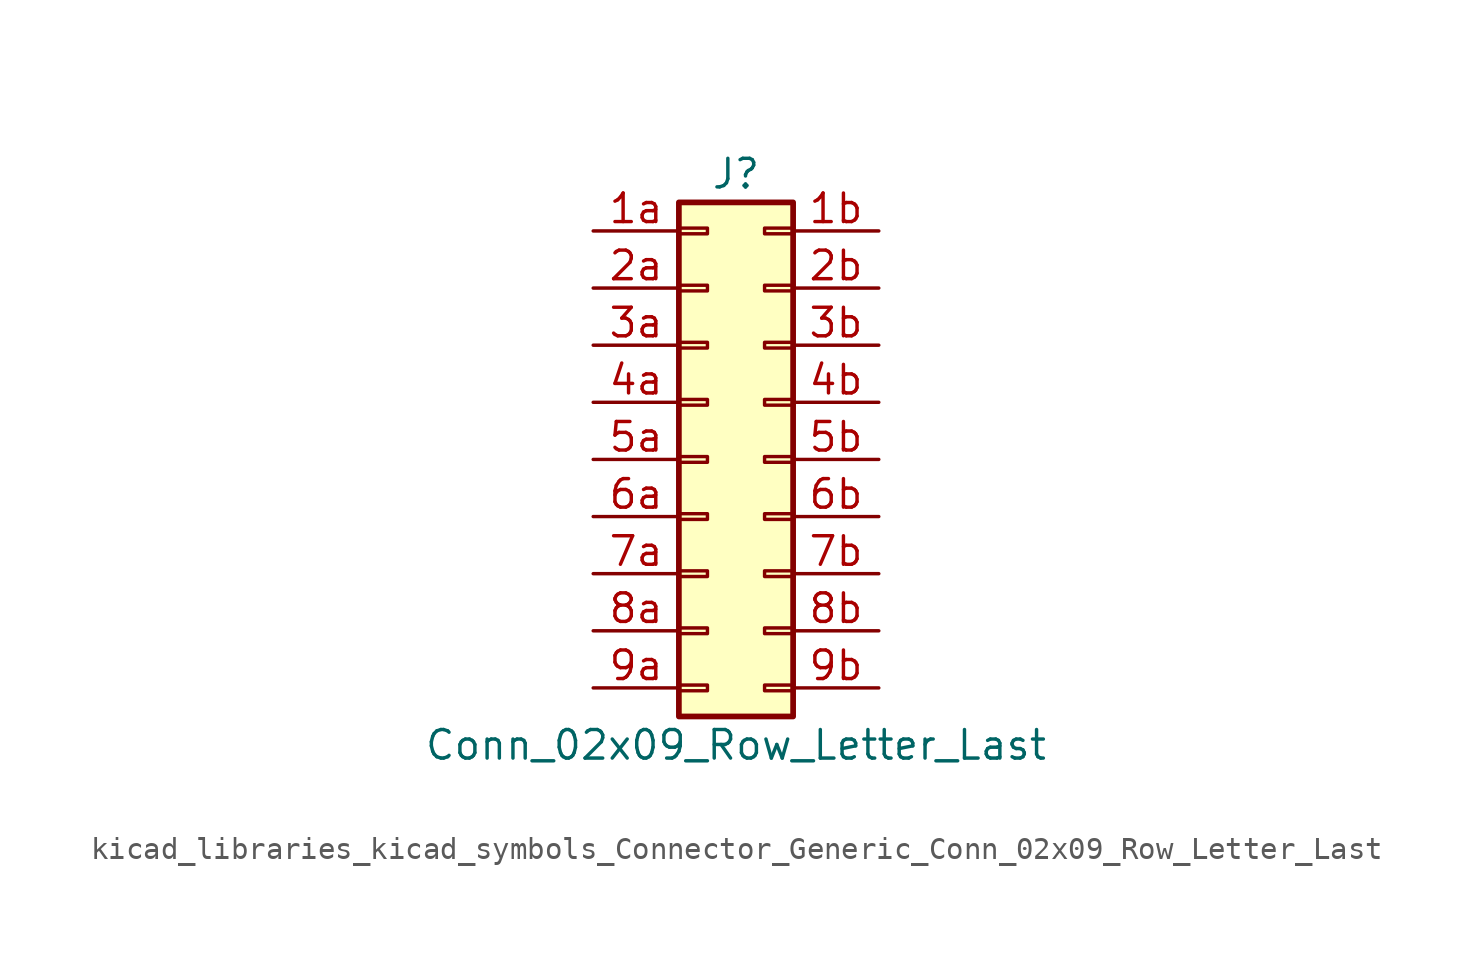
<source format=kicad_sym>
(kicad_symbol_lib
  (version 20220914)
  (generator kicad_symbol_editor)
  (symbol "kicad_libraries_kicad_symbols_Connector_Generic_Conn_02x09_Row_Letter_Last"
    (pin_names
      (offset 1.016) hide)
    (property "Reference" "J"
      (at 1.27 12.7 0)
      (effects (font (size 1.27 1.27))))
    (property "Value" "Conn_02x09_Row_Letter_Last"
      (at 1.27 -12.7 0)
      (effects (font (size 1.27 1.27))))
    (symbol "kicad_libraries_kicad_symbols_Connector_Generic_Conn_02x09_Row_Letter_Last_1_1"
      (rectangle (start -1.27 -10.033) (end 0 -10.287) (stroke (width 0.152) (type default)) (fill (type none)))
      (rectangle (start -1.27 -7.493) (end 0 -7.747) (stroke (width 0.152) (type default)) (fill (type none)))
      (rectangle (start -1.27 -4.953) (end 0 -5.207) (stroke (width 0.152) (type default)) (fill (type none)))
      (rectangle (start -1.27 -2.413) (end 0 -2.667) (stroke (width 0.152) (type default)) (fill (type none)))
      (rectangle (start -1.27 0.127) (end 0 -0.127) (stroke (width 0.152) (type default)) (fill (type none)))
      (rectangle (start -1.27 2.667) (end 0 2.413) (stroke (width 0.152) (type default)) (fill (type none)))
      (rectangle (start -1.27 5.207) (end 0 4.953) (stroke (width 0.152) (type default)) (fill (type none)))
      (rectangle (start -1.27 7.747) (end 0 7.493) (stroke (width 0.152) (type default)) (fill (type none)))
      (rectangle (start -1.27 10.287) (end 0 10.033) (stroke (width 0.152) (type default)) (fill (type none)))
      (rectangle (start -1.27 11.43) (end 3.81 -11.43) (stroke (width 0.254) (type default)) (fill (type background)))
      (rectangle (start 3.81 -10.033) (end 2.54 -10.287) (stroke (width 0.152) (type default)) (fill (type none)))
      (rectangle (start 3.81 -7.493) (end 2.54 -7.747) (stroke (width 0.152) (type default)) (fill (type none)))
      (rectangle (start 3.81 -4.953) (end 2.54 -5.207) (stroke (width 0.152) (type default)) (fill (type none)))
      (rectangle (start 3.81 -2.413) (end 2.54 -2.667) (stroke (width 0.152) (type default)) (fill (type none)))
      (rectangle (start 3.81 0.127) (end 2.54 -0.127) (stroke (width 0.152) (type default)) (fill (type none)))
      (rectangle (start 3.81 2.667) (end 2.54 2.413) (stroke (width 0.152) (type default)) (fill (type none)))
      (rectangle (start 3.81 5.207) (end 2.54 4.953) (stroke (width 0.152) (type default)) (fill (type none)))
      (rectangle (start 3.81 7.747) (end 2.54 7.493) (stroke (width 0.152) (type default)) (fill (type none)))
      (rectangle (start 3.81 10.287) (end 2.54 10.033) (stroke (width 0.152) (type default)) (fill (type none)))
      (pin passive line (at -5.08 10.16 0) (length 3.81) (name "Pin_1a" (effects (font (size 1.27 1.27)))) (number "1a" (effects (font (size 1.27 1.27)))))
      (pin passive line (at 7.62 10.16 180) (length 3.81) (name "Pin_1b" (effects (font (size 1.27 1.27)))) (number "1b" (effects (font (size 1.27 1.27)))))
      (pin passive line (at -5.08 7.62 0) (length 3.81) (name "Pin_2a" (effects (font (size 1.27 1.27)))) (number "2a" (effects (font (size 1.27 1.27)))))
      (pin passive line (at 7.62 7.62 180) (length 3.81) (name "Pin_2b" (effects (font (size 1.27 1.27)))) (number "2b" (effects (font (size 1.27 1.27)))))
      (pin passive line (at -5.08 5.08 0) (length 3.81) (name "Pin_3a" (effects (font (size 1.27 1.27)))) (number "3a" (effects (font (size 1.27 1.27)))))
      (pin passive line (at 7.62 5.08 180) (length 3.81) (name "Pin_3b" (effects (font (size 1.27 1.27)))) (number "3b" (effects (font (size 1.27 1.27)))))
      (pin passive line (at -5.08 2.54 0) (length 3.81) (name "Pin_4a" (effects (font (size 1.27 1.27)))) (number "4a" (effects (font (size 1.27 1.27)))))
      (pin passive line (at 7.62 2.54 180) (length 3.81) (name "Pin_4b" (effects (font (size 1.27 1.27)))) (number "4b" (effects (font (size 1.27 1.27)))))
      (pin passive line (at -5.08 0 0) (length 3.81) (name "Pin_5a" (effects (font (size 1.27 1.27)))) (number "5a" (effects (font (size 1.27 1.27)))))
      (pin passive line (at 7.62 0 180) (length 3.81) (name "Pin_5b" (effects (font (size 1.27 1.27)))) (number "5b" (effects (font (size 1.27 1.27)))))
      (pin passive line (at -5.08 -2.54 0) (length 3.81) (name "Pin_6a" (effects (font (size 1.27 1.27)))) (number "6a" (effects (font (size 1.27 1.27)))))
      (pin passive line (at 7.62 -2.54 180) (length 3.81) (name "Pin_6b" (effects (font (size 1.27 1.27)))) (number "6b" (effects (font (size 1.27 1.27)))))
      (pin passive line (at -5.08 -5.08 0) (length 3.81) (name "Pin_7a" (effects (font (size 1.27 1.27)))) (number "7a" (effects (font (size 1.27 1.27)))))
      (pin passive line (at 7.62 -5.08 180) (length 3.81) (name "Pin_7b" (effects (font (size 1.27 1.27)))) (number "7b" (effects (font (size 1.27 1.27)))))
      (pin passive line (at -5.08 -7.62 0) (length 3.81) (name "Pin_8a" (effects (font (size 1.27 1.27)))) (number "8a" (effects (font (size 1.27 1.27)))))
      (pin passive line (at 7.62 -7.62 180) (length 3.81) (name "Pin_8b" (effects (font (size 1.27 1.27)))) (number "8b" (effects (font (size 1.27 1.27)))))
      (pin passive line (at -5.08 -10.16 0) (length 3.81) (name "Pin_9a" (effects (font (size 1.27 1.27)))) (number "9a" (effects (font (size 1.27 1.27)))))
      (pin passive line (at 7.62 -10.16 180) (length 3.81) (name "Pin_9b" (effects (font (size 1.27 1.27)))) (number "9b" (effects (font (size 1.27 1.27))))))))
</source>
